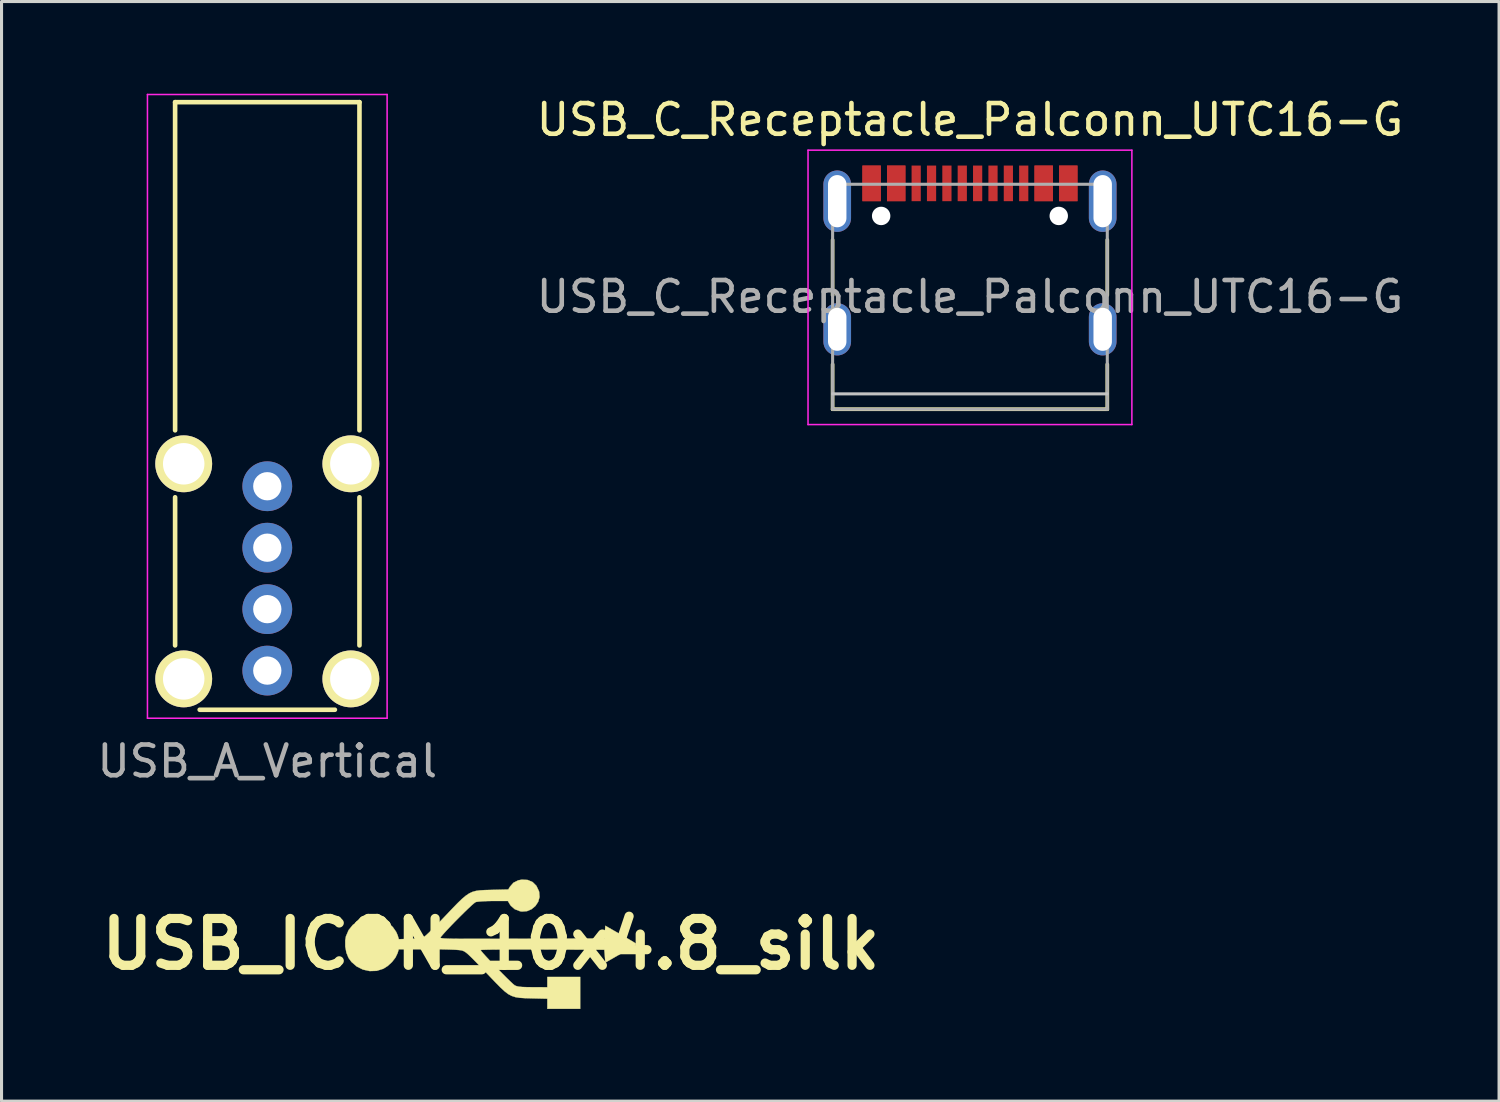
<source format=kicad_pcb>
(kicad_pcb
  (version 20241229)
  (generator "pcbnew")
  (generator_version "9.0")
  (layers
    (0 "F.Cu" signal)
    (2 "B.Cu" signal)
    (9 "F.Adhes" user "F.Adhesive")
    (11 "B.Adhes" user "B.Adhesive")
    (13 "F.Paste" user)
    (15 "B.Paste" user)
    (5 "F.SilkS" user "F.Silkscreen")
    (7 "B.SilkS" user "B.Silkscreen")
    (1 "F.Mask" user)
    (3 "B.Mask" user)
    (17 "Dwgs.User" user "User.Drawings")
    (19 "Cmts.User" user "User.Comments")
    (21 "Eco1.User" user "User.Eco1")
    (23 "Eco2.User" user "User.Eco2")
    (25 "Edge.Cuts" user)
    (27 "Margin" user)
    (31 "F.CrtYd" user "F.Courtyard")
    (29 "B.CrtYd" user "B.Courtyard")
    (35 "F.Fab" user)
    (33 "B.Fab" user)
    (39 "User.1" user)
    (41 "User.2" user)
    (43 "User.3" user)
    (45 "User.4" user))
  (footprint "USB_ICON_10x4.8_silk"
    (layer "F.Cu")
    (at 12.925 27.677)
    (property "Reference" "USB_ICON_10x4.8_silk" (at 0 0 0) (layer "F.SilkS") (effects (font (size 1.524 1.524) (thickness 0.3))))
    (attr through_hole)
    (fp_poly (pts (xy 1.199 -2.088) (xy 1.359 -2.02) (xy 1.483 -1.897) (xy 1.565 -1.723) (xy 1.573 -1.698) (xy 1.585 -1.534) (xy 1.542 -1.379) (xy 1.452 -1.243) (xy 1.327 -1.138) (xy 1.177 -1.073) (xy 1.012 -1.06) (xy 0.953 -1.069) (xy 0.779 -1.136) (xy 0.651 -1.247) (xy 0.613 -1.303) (xy 0.554 -1.404) (xy 0.081 -1.404) (xy -0.099 -1.401) (xy -0.262 -1.394) (xy -0.395 -1.384) (xy -0.48 -1.372) (xy -0.492 -1.368) (xy -0.538 -1.337) (xy -0.622 -1.265) (xy -0.734 -1.16) (xy -0.867 -1.032) (xy -1.011 -0.889) (xy -1.16 -0.739) (xy -1.304 -0.59) (xy -1.436 -0.45) (xy -1.546 -0.329) (xy -1.627 -0.234) (xy -1.634 -0.225) (xy -1.639 -0.215) (xy -1.636 -0.206) (xy -1.62 -0.198) (xy -1.587 -0.191) (xy -1.532 -0.185) (xy -1.451 -0.181) (xy -1.341 -0.177) (xy -1.196 -0.175) (xy -1.013 -0.173) (xy -0.787 -0.172) (xy -0.515 -0.172) (xy -0.192 -0.172) (xy 0.187 -0.173) (xy 0.625 -0.174) (xy 1.007 -0.175) (xy 3.693 -0.184) (xy 3.71 -0.391) (xy 3.726 -0.598) (xy 4.236 -0.307) (xy 4.401 -0.212) (xy 4.543 -0.128) (xy 4.654 -0.061) (xy 4.724 -0.016) (xy 4.745 0) (xy 4.717 0.021) (xy 4.641 0.07) (xy 4.525 0.14) (xy 4.379 0.226) (xy 4.236 0.309) (xy 3.726 0.601) (xy 3.71 0.392) (xy 3.693 0.184) (xy 1.679 0.175) (xy 1.319 0.174) (xy 0.98 0.174) (xy 0.667 0.174) (xy 0.386 0.176) (xy 0.144 0.178) (xy -0.056 0.18) (xy -0.205 0.184) (xy -0.3 0.187) (xy -0.333 0.192) (xy -0.333 0.192) (xy -0.31 0.228) (xy -0.248 0.302) (xy -0.154 0.406) (xy -0.036 0.533) (xy 0.097 0.673) (xy 0.238 0.819) (xy 0.378 0.962) (xy 0.509 1.093) (xy 0.624 1.205) (xy 0.714 1.29) (xy 0.772 1.338) (xy 0.781 1.344) (xy 0.838 1.368) (xy 0.913 1.384) (xy 1.02 1.395) (xy 1.17 1.4) (xy 1.362 1.402) (xy 1.838 1.404) (xy 1.838 1.069) (xy 2.908 1.069) (xy 2.908 2.106) (xy 1.838 2.106) (xy 1.838 1.777) (xy 1.328 1.765) (xy 1.114 1.759) (xy 0.943 1.748) (xy 0.802 1.726) (xy 0.681 1.687) (xy 0.567 1.627) (xy 0.45 1.538) (xy 0.318 1.416) (xy 0.158 1.254) (xy 0.037 1.128) (xy -0.183 0.897) (xy -0.362 0.711) (xy -0.505 0.563) (xy -0.618 0.449) (xy -0.706 0.364) (xy -0.773 0.303) (xy -0.826 0.262) (xy -0.869 0.235) (xy -0.908 0.218) (xy -0.947 0.206) (xy -0.953 0.204) (xy -1.03 0.193) (xy -1.169 0.183) (xy -1.363 0.176) (xy -1.606 0.17) (xy -1.893 0.168) (xy -2.042 0.167) (xy -2.997 0.167) (xy -3.036 0.296) (xy -3.104 0.437) (xy -3.216 0.582) (xy -3.355 0.71) (xy -3.5 0.802) (xy -3.717 0.87) (xy -3.942 0.877) (xy -4.162 0.829) (xy -4.364 0.729) (xy -4.535 0.581) (xy -4.632 0.449) (xy -4.701 0.28) (xy -4.738 0.08) (xy -4.739 -0.124) (xy -4.716 -0.254) (xy -4.629 -0.456) (xy -4.493 -0.624) (xy -4.319 -0.752) (xy -4.118 -0.836) (xy -3.901 -0.871) (xy -3.678 -0.852) (xy -3.491 -0.79) (xy -3.332 -0.69) (xy -3.189 -0.553) (xy -3.081 -0.398) (xy -3.034 -0.291) (xy -2.995 -0.16) (xy -2.626 -0.173) (xy -2.446 -0.181) (xy -2.318 -0.194) (xy -2.229 -0.215) (xy -2.163 -0.244) (xy -2.156 -0.249) (xy -2.106 -0.29) (xy -2.018 -0.372) (xy -1.899 -0.489) (xy -1.756 -0.633) (xy -1.597 -0.796) (xy -1.456 -0.944) (xy -1.249 -1.162) (xy -1.08 -1.336) (xy -0.939 -1.472) (xy -0.817 -1.575) (xy -0.707 -1.649) (xy -0.598 -1.7) (xy -0.483 -1.732) (xy -0.352 -1.75) (xy -0.196 -1.759) (xy -0.006 -1.764) (xy 0.025 -1.765) (xy 0.568 -1.778) (xy 0.621 -1.867) (xy 0.735 -1.998) (xy 0.89 -2.076) (xy 1.007 -2.098) (xy 1.199 -2.088)) (stroke (width 0.01) (type solid)) (fill yes) (layer "F.SilkS")))
  (footprint "USB_A_Vertical"
    (layer "F.Cu")
    (at 5.649 12.775)
    (property "Reference" "USB_A_Vertical" (at 0 8.95 0) (layer "F.Fab") (effects (font (size 1 1) (thickness 0.15))))
    (attr through_hole)
    (fp_line (start -3 -12.5) (end 3 -12.5) (stroke (width 0.15) (type solid)) (layer "F.SilkS"))
    (fp_line (start -3 -1.82) (end -3 -12.5) (stroke (width 0.15) (type solid)) (layer "F.SilkS"))
    (fp_line (start -3 0.36) (end -3 5.18) (stroke (width 0.15) (type solid)) (layer "F.SilkS"))
    (fp_line (start 2.2 7.274) (end -2.2 7.274) (stroke (width 0.15) (type solid)) (layer "F.SilkS"))
    (fp_line (start 3 -1.82) (end 3 -12.5) (stroke (width 0.15) (type solid)) (layer "F.SilkS"))
    (fp_line (start 3 0.36) (end 3 5.18) (stroke (width 0.15) (type solid)) (layer "F.SilkS"))
    (fp_line (start -3.9 -12.75) (end 3.9 -12.75) (stroke (width 0.05) (type solid)) (layer "F.CrtYd"))
    (fp_line (start -3.9 7.55) (end -3.9 -12.75) (stroke (width 0.05) (type solid)) (layer "F.CrtYd"))
    (fp_line (start 3.9 -12.75) (end 3.9 7.55) (stroke (width 0.05) (type solid)) (layer "F.CrtYd"))
    (fp_line (start 3.9 7.55) (end -3.9 7.55) (stroke (width 0.05) (type solid)) (layer "F.CrtYd"))
    (pad "1" thru_hole circle (at 0 0) (size 1.62 1.62) (drill 0.92) (layers "*.Cu" "*.Mask"))
    (pad "2" thru_hole circle (at 0 2) (size 1.62 1.62) (drill 0.92) (layers "*.Cu" "*.Mask"))
    (pad "3" thru_hole circle (at 0 4) (size 1.62 1.62) (drill 0.92) (layers "*.Cu" "*.Mask"))
    (pad "4" thru_hole circle (at 0 6) (size 1.62 1.62) (drill 0.92) (layers "*.Cu" "*.Mask"))
    (pad "5" thru_hole circle (at -2.72 -0.73) (size 1.85 1.85) (drill 1.35) (layers "*.Cu" "*.Mask" "F.SilkS"))
    (pad "5" thru_hole circle (at -2.72 6.27) (size 1.85 1.85) (drill 1.35) (layers "*.Cu" "*.Mask" "F.SilkS"))
    (pad "5" thru_hole circle (at 2.72 -0.73) (size 1.85 1.85) (drill 1.35) (layers "*.Cu" "*.Mask" "F.SilkS"))
    (pad "5" thru_hole circle (at 2.72 6.27) (size 1.85 1.85) (drill 1.35) (layers "*.Cu" "*.Mask" "F.SilkS")))
  (footprint "USB_C_Receptacle_Palconn_UTC16-G"
    (layer "F.Cu")
    (at 28.518 5.428)
    (property "Reference" "USB_C_Receptacle_Palconn_UTC16-G" (at 0 -4.58 0) (layer "F.SilkS") (effects (font (size 1 1) (thickness 0.15))))
    (attr smd)
    (fp_line (start -4.47 -0.67) (end -4.47 1.13) (stroke (width 0.12) (type solid)) (layer "F.SilkS"))
    (fp_line (start -4.47 4.84) (end -4.47 3.38) (stroke (width 0.12) (type solid)) (layer "F.SilkS"))
    (fp_line (start 4.47 -0.67) (end 4.47 1.13) (stroke (width 0.12) (type solid)) (layer "F.SilkS"))
    (fp_line (start 4.47 4.84) (end -4.47 4.84) (stroke (width 0.12) (type solid)) (layer "F.SilkS"))
    (fp_line (start 4.47 4.84) (end 4.47 3.38) (stroke (width 0.12) (type solid)) (layer "F.SilkS"))
    (fp_line (start -4.47 4.34) (end 4.47 4.34) (stroke (width 0.1) (type solid)) (layer "Dwgs.User"))
    (fp_line (start -5.27 -3.59) (end -5.27 5.34) (stroke (width 0.05) (type solid)) (layer "F.CrtYd"))
    (fp_line (start -5.27 5.34) (end 5.27 5.34) (stroke (width 0.05) (type solid)) (layer "F.CrtYd"))
    (fp_line (start 5.27 -3.59) (end -5.27 -3.59) (stroke (width 0.05) (type solid)) (layer "F.CrtYd"))
    (fp_line (start 5.27 5.34) (end 5.27 -3.59) (stroke (width 0.05) (type solid)) (layer "F.CrtYd"))
    (fp_line (start -4.47 -2.48) (end -4.47 4.84) (stroke (width 0.1) (type solid)) (layer "F.Fab"))
    (fp_line (start -4.47 -2.48) (end 4.47 -2.48) (stroke (width 0.1) (type solid)) (layer "F.Fab"))
    (fp_line (start 4.47 -2.48) (end 4.47 4.84) (stroke (width 0.1) (type solid)) (layer "F.Fab"))
    (fp_line (start 4.47 4.84) (end -4.47 4.84) (stroke (width 0.1) (type solid)) (layer "F.Fab"))
    (fp_text user "${REFERENCE}" (at 0 1.18 0) (layer "F.Fab") (effects (font (size 1 1) (thickness 0.15))))
    (pad "" np_thru_hole circle (at -2.89 -1.45 180) (size 0.6 0.6) (drill 0.6) (layers "*.Cu" "*.Mask"))
    (pad "" np_thru_hole circle (at 2.89 -1.45 180) (size 0.6 0.6) (drill 0.6) (layers "*.Cu" "*.Mask"))
    (pad "A1" smd rect (at -3.2 -2.51) (size 0.6 1.16) (layers "F.Cu" "F.Mask" "F.Paste"))
    (pad "A4" smd rect (at -2.4 -2.51) (size 0.6 1.16) (layers "F.Cu" "F.Mask" "F.Paste"))
    (pad "A5" smd rect (at -1.25 -2.51 180) (size 0.3 1.16) (layers "F.Cu" "F.Mask" "F.Paste"))
    (pad "A6" smd rect (at -0.25 -2.51 180) (size 0.3 1.16) (layers "F.Cu" "F.Mask" "F.Paste"))
    (pad "A7" smd rect (at 0.25 -2.51 180) (size 0.3 1.16) (layers "F.Cu" "F.Mask" "F.Paste"))
    (pad "A8" smd rect (at 1.25 -2.51 180) (size 0.3 1.16) (layers "F.Cu" "F.Mask" "F.Paste"))
    (pad "A9" smd rect (at 2.4 -2.51) (size 0.6 1.16) (layers "F.Cu" "F.Mask" "F.Paste"))
    (pad "A12" smd rect (at 3.2 -2.51) (size 0.6 1.16) (layers "F.Cu" "F.Mask" "F.Paste"))
    (pad "B1" smd rect (at 3.2 -2.51) (size 0.6 1.16) (layers "F.Cu" "F.Mask" "F.Paste"))
    (pad "B4" smd rect (at 2.4 -2.51) (size 0.6 1.16) (layers "F.Cu" "F.Mask" "F.Paste"))
    (pad "B5" smd rect (at 1.75 -2.51 180) (size 0.3 1.16) (layers "F.Cu" "F.Mask" "F.Paste"))
    (pad "B6" smd rect (at 0.75 -2.51 180) (size 0.3 1.16) (layers "F.Cu" "F.Mask" "F.Paste"))
    (pad "B7" smd rect (at -0.75 -2.51 180) (size 0.3 1.16) (layers "F.Cu" "F.Mask" "F.Paste"))
    (pad "B8" smd rect (at -1.75 -2.51 180) (size 0.3 1.16) (layers "F.Cu" "F.Mask" "F.Paste"))
    (pad "B9" smd rect (at -2.4 -2.51) (size 0.6 1.16) (layers "F.Cu" "F.Mask" "F.Paste"))
    (pad "B12" smd rect (at -3.2 -2.51) (size 0.6 1.16) (layers "F.Cu" "F.Mask" "F.Paste"))
    (pad "S1" thru_hole oval (at -4.32 -1.93 90) (size 2 0.9) (drill oval 1.7 0.6) (layers "*.Cu" "*.Mask"))
    (pad "S1" thru_hole oval (at -4.32 2.24 90) (size 1.7 0.9) (drill oval 1.4 0.6) (layers "*.Cu" "*.Mask"))
    (pad "S1" thru_hole oval (at 4.32 -1.93 90) (size 2 0.9) (drill oval 1.7 0.6) (layers "*.Cu" "*.Mask"))
    (pad "S1" thru_hole oval (at 4.32 2.24 90) (size 1.7 0.9) (drill oval 1.4 0.6) (layers "*.Cu" "*.Mask")))
  (gr_rect
    (start -3 -3)
    (end 45.738 32.787)
    (stroke (width 0.1) (type default))
    (fill no)
    (layer "Edge.Cuts")))
</source>
